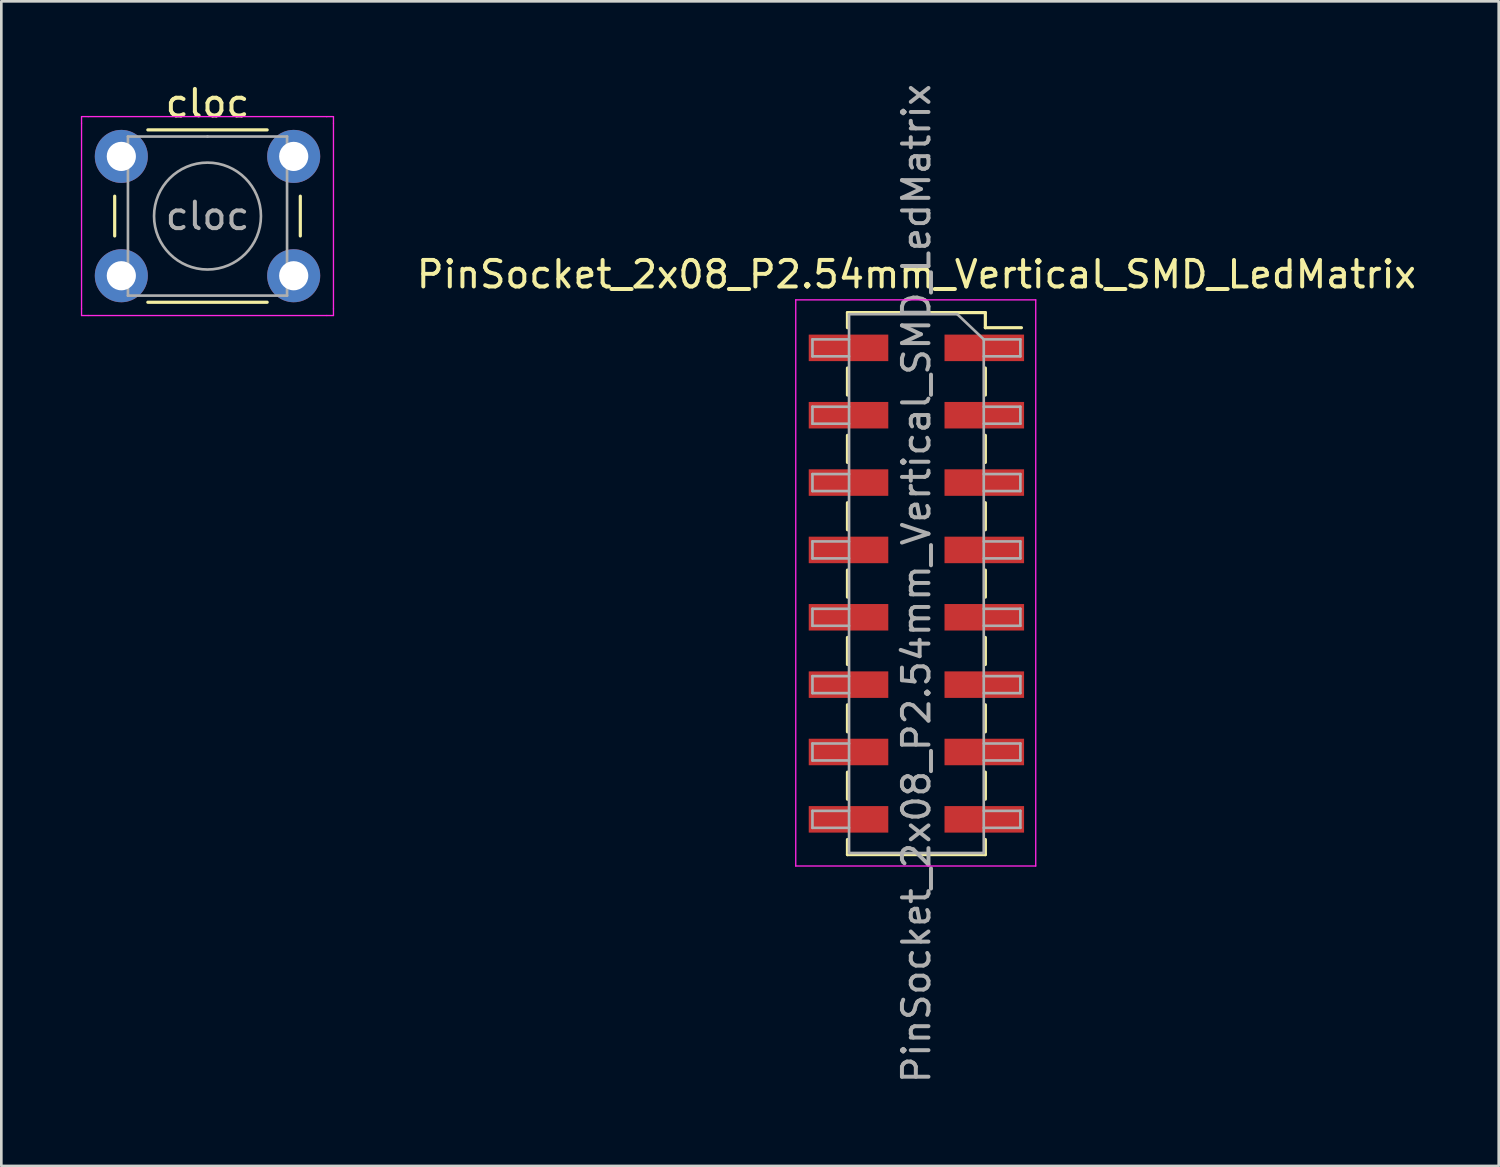
<source format=kicad_pcb>
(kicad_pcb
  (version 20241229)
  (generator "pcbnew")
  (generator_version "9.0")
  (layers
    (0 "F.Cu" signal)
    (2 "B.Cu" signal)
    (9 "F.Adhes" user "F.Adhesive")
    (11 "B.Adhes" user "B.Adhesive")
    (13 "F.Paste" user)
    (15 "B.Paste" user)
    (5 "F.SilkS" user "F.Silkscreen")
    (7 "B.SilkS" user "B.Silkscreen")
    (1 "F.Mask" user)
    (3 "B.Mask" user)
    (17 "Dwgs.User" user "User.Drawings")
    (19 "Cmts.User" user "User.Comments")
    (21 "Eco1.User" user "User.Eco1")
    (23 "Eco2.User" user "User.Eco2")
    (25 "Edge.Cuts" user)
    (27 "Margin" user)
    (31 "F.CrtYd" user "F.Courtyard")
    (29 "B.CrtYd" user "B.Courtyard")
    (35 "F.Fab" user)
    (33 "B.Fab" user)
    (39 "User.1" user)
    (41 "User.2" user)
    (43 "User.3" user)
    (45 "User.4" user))
  (footprint "PinSocket_2x08_P2.54mm_Vertical_SMD_LedMatrix"
    (layer "F.Cu")
    (at 31.508 18.958)
    (property "Reference" "PinSocket_2x08_P2.54mm_Vertical_SMD_LedMatrix" (at 0 -11.66 0) (layer "F.SilkS") (effects (font (size 1 1) (thickness 0.15))))
    (attr smd)
    (fp_line (start -2.6 -10.22) (end -2.6 -9.65) (stroke (width 0.12) (type solid)) (layer "F.SilkS"))
    (fp_line (start -2.6 -10.22) (end 2.6 -10.22) (stroke (width 0.12) (type solid)) (layer "F.SilkS"))
    (fp_line (start -2.6 -8.13) (end -2.6 -7.11) (stroke (width 0.12) (type solid)) (layer "F.SilkS"))
    (fp_line (start -2.6 -5.59) (end -2.6 -4.57) (stroke (width 0.12) (type solid)) (layer "F.SilkS"))
    (fp_line (start -2.6 -3.05) (end -2.6 -2.03) (stroke (width 0.12) (type solid)) (layer "F.SilkS"))
    (fp_line (start -2.6 -0.51) (end -2.6 0.51) (stroke (width 0.12) (type solid)) (layer "F.SilkS"))
    (fp_line (start -2.6 2.03) (end -2.6 3.05) (stroke (width 0.12) (type solid)) (layer "F.SilkS"))
    (fp_line (start -2.6 4.57) (end -2.6 5.59) (stroke (width 0.12) (type solid)) (layer "F.SilkS"))
    (fp_line (start -2.6 7.11) (end -2.6 8.13) (stroke (width 0.12) (type solid)) (layer "F.SilkS"))
    (fp_line (start -2.6 9.65) (end -2.6 10.22) (stroke (width 0.12) (type solid)) (layer "F.SilkS"))
    (fp_line (start -2.6 10.22) (end 2.6 10.22) (stroke (width 0.12) (type solid)) (layer "F.SilkS"))
    (fp_line (start 2.6 -10.22) (end 2.6 -9.65) (stroke (width 0.12) (type solid)) (layer "F.SilkS"))
    (fp_line (start 2.6 -9.65) (end 3.96 -9.65) (stroke (width 0.12) (type solid)) (layer "F.SilkS"))
    (fp_line (start 2.6 -8.13) (end 2.6 -7.11) (stroke (width 0.12) (type solid)) (layer "F.SilkS"))
    (fp_line (start 2.6 -5.59) (end 2.6 -4.57) (stroke (width 0.12) (type solid)) (layer "F.SilkS"))
    (fp_line (start 2.6 -3.05) (end 2.6 -2.03) (stroke (width 0.12) (type solid)) (layer "F.SilkS"))
    (fp_line (start 2.6 -0.51) (end 2.6 0.51) (stroke (width 0.12) (type solid)) (layer "F.SilkS"))
    (fp_line (start 2.6 2.03) (end 2.6 3.05) (stroke (width 0.12) (type solid)) (layer "F.SilkS"))
    (fp_line (start 2.6 4.57) (end 2.6 5.59) (stroke (width 0.12) (type solid)) (layer "F.SilkS"))
    (fp_line (start 2.6 7.11) (end 2.6 8.13) (stroke (width 0.12) (type solid)) (layer "F.SilkS"))
    (fp_line (start 2.6 9.65) (end 2.6 10.22) (stroke (width 0.12) (type solid)) (layer "F.SilkS"))
    (fp_line (start -4.55 -10.7) (end 4.5 -10.7) (stroke (width 0.05) (type solid)) (layer "F.CrtYd"))
    (fp_line (start -4.55 10.65) (end -4.55 -10.7) (stroke (width 0.05) (type solid)) (layer "F.CrtYd"))
    (fp_line (start 4.5 -10.7) (end 4.5 10.65) (stroke (width 0.05) (type solid)) (layer "F.CrtYd"))
    (fp_line (start 4.5 10.65) (end -4.55 10.65) (stroke (width 0.05) (type solid)) (layer "F.CrtYd"))
    (fp_line (start -3.92 -9.21) (end -2.54 -9.21) (stroke (width 0.1) (type solid)) (layer "F.Fab"))
    (fp_line (start -3.92 -8.57) (end -3.92 -9.21) (stroke (width 0.1) (type solid)) (layer "F.Fab"))
    (fp_line (start -3.92 -6.67) (end -2.54 -6.67) (stroke (width 0.1) (type solid)) (layer "F.Fab"))
    (fp_line (start -3.92 -6.03) (end -3.92 -6.67) (stroke (width 0.1) (type solid)) (layer "F.Fab"))
    (fp_line (start -3.92 -4.13) (end -2.54 -4.13) (stroke (width 0.1) (type solid)) (layer "F.Fab"))
    (fp_line (start -3.92 -3.49) (end -3.92 -4.13) (stroke (width 0.1) (type solid)) (layer "F.Fab"))
    (fp_line (start -3.92 -1.59) (end -2.54 -1.59) (stroke (width 0.1) (type solid)) (layer "F.Fab"))
    (fp_line (start -3.92 -0.95) (end -3.92 -1.59) (stroke (width 0.1) (type solid)) (layer "F.Fab"))
    (fp_line (start -3.92 0.95) (end -2.54 0.95) (stroke (width 0.1) (type solid)) (layer "F.Fab"))
    (fp_line (start -3.92 1.59) (end -3.92 0.95) (stroke (width 0.1) (type solid)) (layer "F.Fab"))
    (fp_line (start -3.92 3.49) (end -2.54 3.49) (stroke (width 0.1) (type solid)) (layer "F.Fab"))
    (fp_line (start -3.92 4.13) (end -3.92 3.49) (stroke (width 0.1) (type solid)) (layer "F.Fab"))
    (fp_line (start -3.92 6.03) (end -2.54 6.03) (stroke (width 0.1) (type solid)) (layer "F.Fab"))
    (fp_line (start -3.92 6.67) (end -3.92 6.03) (stroke (width 0.1) (type solid)) (layer "F.Fab"))
    (fp_line (start -3.92 8.57) (end -2.54 8.57) (stroke (width 0.1) (type solid)) (layer "F.Fab"))
    (fp_line (start -3.92 9.21) (end -3.92 8.57) (stroke (width 0.1) (type solid)) (layer "F.Fab"))
    (fp_line (start -2.54 -8.57) (end -3.92 -8.57) (stroke (width 0.1) (type solid)) (layer "F.Fab"))
    (fp_line (start -2.54 -6.03) (end -3.92 -6.03) (stroke (width 0.1) (type solid)) (layer "F.Fab"))
    (fp_line (start -2.54 -3.49) (end -3.92 -3.49) (stroke (width 0.1) (type solid)) (layer "F.Fab"))
    (fp_line (start -2.54 -0.95) (end -3.92 -0.95) (stroke (width 0.1) (type solid)) (layer "F.Fab"))
    (fp_line (start -2.54 1.59) (end -3.92 1.59) (stroke (width 0.1) (type solid)) (layer "F.Fab"))
    (fp_line (start -2.54 4.13) (end -3.92 4.13) (stroke (width 0.1) (type solid)) (layer "F.Fab"))
    (fp_line (start -2.54 6.67) (end -3.92 6.67) (stroke (width 0.1) (type solid)) (layer "F.Fab"))
    (fp_line (start -2.54 9.21) (end -3.92 9.21) (stroke (width 0.1) (type solid)) (layer "F.Fab"))
    (fp_line (start -2.54 10.16) (end -2.54 -10.16) (stroke (width 0.1) (type solid)) (layer "F.Fab"))
    (fp_line (start 1.54 -10.16) (end -2.54 -10.16) (stroke (width 0.1) (type solid)) (layer "F.Fab"))
    (fp_line (start 1.54 -10.16) (end 2.54 -9.21) (stroke (width 0.1) (type solid)) (layer "F.Fab"))
    (fp_line (start 2.54 -9.21) (end 2.54 10.16) (stroke (width 0.1) (type solid)) (layer "F.Fab"))
    (fp_line (start 2.54 -9.21) (end 3.92 -9.21) (stroke (width 0.1) (type solid)) (layer "F.Fab"))
    (fp_line (start 2.54 -6.67) (end 3.92 -6.67) (stroke (width 0.1) (type solid)) (layer "F.Fab"))
    (fp_line (start 2.54 -4.13) (end 3.92 -4.13) (stroke (width 0.1) (type solid)) (layer "F.Fab"))
    (fp_line (start 2.54 -1.59) (end 3.92 -1.59) (stroke (width 0.1) (type solid)) (layer "F.Fab"))
    (fp_line (start 2.54 0.95) (end 3.92 0.95) (stroke (width 0.1) (type solid)) (layer "F.Fab"))
    (fp_line (start 2.54 3.49) (end 3.92 3.49) (stroke (width 0.1) (type solid)) (layer "F.Fab"))
    (fp_line (start 2.54 6.03) (end 3.92 6.03) (stroke (width 0.1) (type solid)) (layer "F.Fab"))
    (fp_line (start 2.54 8.57) (end 3.92 8.57) (stroke (width 0.1) (type solid)) (layer "F.Fab"))
    (fp_line (start 2.54 10.16) (end -2.54 10.16) (stroke (width 0.1) (type solid)) (layer "F.Fab"))
    (fp_line (start 3.92 -9.21) (end 3.92 -8.57) (stroke (width 0.1) (type solid)) (layer "F.Fab"))
    (fp_line (start 3.92 -8.57) (end 2.54 -8.57) (stroke (width 0.1) (type solid)) (layer "F.Fab"))
    (fp_line (start 3.92 -6.67) (end 3.92 -6.03) (stroke (width 0.1) (type solid)) (layer "F.Fab"))
    (fp_line (start 3.92 -6.03) (end 2.54 -6.03) (stroke (width 0.1) (type solid)) (layer "F.Fab"))
    (fp_line (start 3.92 -4.13) (end 3.92 -3.49) (stroke (width 0.1) (type solid)) (layer "F.Fab"))
    (fp_line (start 3.92 -3.49) (end 2.54 -3.49) (stroke (width 0.1) (type solid)) (layer "F.Fab"))
    (fp_line (start 3.92 -1.59) (end 3.92 -0.95) (stroke (width 0.1) (type solid)) (layer "F.Fab"))
    (fp_line (start 3.92 -0.95) (end 2.54 -0.95) (stroke (width 0.1) (type solid)) (layer "F.Fab"))
    (fp_line (start 3.92 0.95) (end 3.92 1.59) (stroke (width 0.1) (type solid)) (layer "F.Fab"))
    (fp_line (start 3.92 1.59) (end 2.54 1.59) (stroke (width 0.1) (type solid)) (layer "F.Fab"))
    (fp_line (start 3.92 3.49) (end 3.92 4.13) (stroke (width 0.1) (type solid)) (layer "F.Fab"))
    (fp_line (start 3.92 4.13) (end 2.54 4.13) (stroke (width 0.1) (type solid)) (layer "F.Fab"))
    (fp_line (start 3.92 6.03) (end 3.92 6.67) (stroke (width 0.1) (type solid)) (layer "F.Fab"))
    (fp_line (start 3.92 6.67) (end 2.54 6.67) (stroke (width 0.1) (type solid)) (layer "F.Fab"))
    (fp_line (start 3.92 8.57) (end 3.92 9.21) (stroke (width 0.1) (type solid)) (layer "F.Fab"))
    (fp_line (start 3.92 9.21) (end 2.54 9.21) (stroke (width 0.1) (type solid)) (layer "F.Fab"))
    (fp_text user "${REFERENCE}" (at 0 0 90) (layer "F.Fab") (effects (font (size 1 1) (thickness 0.15))))
    (pad "A" smd rect (at 2.56 1.27) (size 3 1) (layers "F.Cu" "F.Mask" "F.Paste"))
    (pad "B" smd rect (at -2.56 1.27) (size 3 1) (layers "F.Cu" "F.Mask" "F.Paste"))
    (pad "B1" smd rect (at 2.56 -6.35) (size 3 1) (layers "F.Cu" "F.Mask" "F.Paste"))
    (pad "B2" smd rect (at 2.56 -1.27) (size 3 1) (layers "F.Cu" "F.Mask" "F.Paste"))
    (pad "C" smd rect (at 2.56 3.81) (size 3 1) (layers "F.Cu" "F.Mask" "F.Paste"))
    (pad "CLK" smd rect (at 2.56 6.35) (size 3 1) (layers "F.Cu" "F.Mask" "F.Paste"))
    (pad "D" smd rect (at -2.56 3.81) (size 3 1) (layers "F.Cu" "F.Mask" "F.Paste"))
    (pad "E" smd rect (at -2.56 -1.27) (size 3 1) (layers "F.Cu" "F.Mask" "F.Paste"))
    (pad "G1" smd rect (at -2.56 -8.89) (size 3 1) (layers "F.Cu" "F.Mask" "F.Paste"))
    (pad "G2" smd rect (at -2.56 -3.81) (size 3 1) (layers "F.Cu" "F.Mask" "F.Paste"))
    (pad "GND" smd rect (at -2.56 -6.35) (size 3 1) (layers "F.Cu" "F.Mask" "F.Paste"))
    (pad "GND" smd rect (at -2.56 8.89) (size 3 1) (layers "F.Cu" "F.Mask" "F.Paste"))
    (pad "LAT" smd rect (at -2.56 6.35) (size 3 1) (layers "F.Cu" "F.Mask" "F.Paste"))
    (pad "OE" smd rect (at 2.56 8.89) (size 3 1) (layers "F.Cu" "F.Mask" "F.Paste"))
    (pad "R1" smd rect (at 2.56 -8.89) (size 3 1) (layers "F.Cu" "F.Mask" "F.Paste"))
    (pad "R2" smd rect (at 2.56 -3.81) (size 3 1) (layers "F.Cu" "F.Mask" "F.Paste")))
  (footprint "cloc"
    (layer "F.Cu")
    (at 1.525 2.848)
    (property "Reference" "cloc" (at 3.25 -2 0) (layer "F.SilkS") (effects (font (size 1 1) (thickness 0.15))))
    (attr through_hole)
    (fp_line (start -0.25 1.5) (end -0.25 3) (stroke (width 0.12) (type solid)) (layer "F.SilkS"))
    (fp_line (start 1 5.5) (end 5.5 5.5) (stroke (width 0.12) (type solid)) (layer "F.SilkS"))
    (fp_line (start 5.5 -1) (end 1 -1) (stroke (width 0.12) (type solid)) (layer "F.SilkS"))
    (fp_line (start 6.75 3) (end 6.75 1.5) (stroke (width 0.12) (type solid)) (layer "F.SilkS"))
    (fp_line (start -1.5 -1.5) (end -1.25 -1.5) (stroke (width 0.05) (type solid)) (layer "F.CrtYd"))
    (fp_line (start -1.5 -1.25) (end -1.5 -1.5) (stroke (width 0.05) (type solid)) (layer "F.CrtYd"))
    (fp_line (start -1.5 5.75) (end -1.5 -1.25) (stroke (width 0.05) (type solid)) (layer "F.CrtYd"))
    (fp_line (start -1.5 5.75) (end -1.5 6) (stroke (width 0.05) (type solid)) (layer "F.CrtYd"))
    (fp_line (start -1.5 6) (end -1.25 6) (stroke (width 0.05) (type solid)) (layer "F.CrtYd"))
    (fp_line (start -1.25 -1.5) (end 7.75 -1.5) (stroke (width 0.05) (type solid)) (layer "F.CrtYd"))
    (fp_line (start 7.75 -1.5) (end 8 -1.5) (stroke (width 0.05) (type solid)) (layer "F.CrtYd"))
    (fp_line (start 7.75 6) (end -1.25 6) (stroke (width 0.05) (type solid)) (layer "F.CrtYd"))
    (fp_line (start 7.75 6) (end 8 6) (stroke (width 0.05) (type solid)) (layer "F.CrtYd"))
    (fp_line (start 8 -1.5) (end 8 -1.25) (stroke (width 0.05) (type solid)) (layer "F.CrtYd"))
    (fp_line (start 8 -1.25) (end 8 5.75) (stroke (width 0.05) (type solid)) (layer "F.CrtYd"))
    (fp_line (start 8 6) (end 8 5.75) (stroke (width 0.05) (type solid)) (layer "F.CrtYd"))
    (fp_line (start 0.25 -0.75) (end 3.25 -0.75) (stroke (width 0.1) (type solid)) (layer "F.Fab"))
    (fp_line (start 0.25 5.25) (end 0.25 -0.75) (stroke (width 0.1) (type solid)) (layer "F.Fab"))
    (fp_line (start 3.25 -0.75) (end 6.25 -0.75) (stroke (width 0.1) (type solid)) (layer "F.Fab"))
    (fp_line (start 6.25 -0.75) (end 6.25 5.25) (stroke (width 0.1) (type solid)) (layer "F.Fab"))
    (fp_line (start 6.25 5.25) (end 0.25 5.25) (stroke (width 0.1) (type solid)) (layer "F.Fab"))
    (fp_circle (center 3.25 2.25) (end 1.25 2.5) (stroke (width 0.1) (type solid)) (fill no) (layer "F.Fab"))
    (fp_text user "${REFERENCE}" (at 3.25 2.25 0) (layer "F.Fab") (effects (font (size 1 1) (thickness 0.15))))
    (pad "1" thru_hole circle (at 0 0 90) (size 2 2) (drill 1.1) (layers "*.Cu" "*.Mask"))
    (pad "2" thru_hole circle (at 0 4.5 90) (size 2 2) (drill 1.1) (layers "*.Cu" "*.Mask"))
    (pad "3" thru_hole circle (at 6.5 4.5 90) (size 2 2) (drill 1.1) (layers "*.Cu" "*.Mask"))
    (pad "4" thru_hole circle (at 6.5 0 90) (size 2 2) (drill 1.1) (layers "*.Cu" "*.Mask")))
  (gr_rect
    (start -3 -3)
    (end 53.467 40.917)
    (stroke (width 0.1) (type default))
    (fill no)
    (layer "Edge.Cuts")))
</source>
